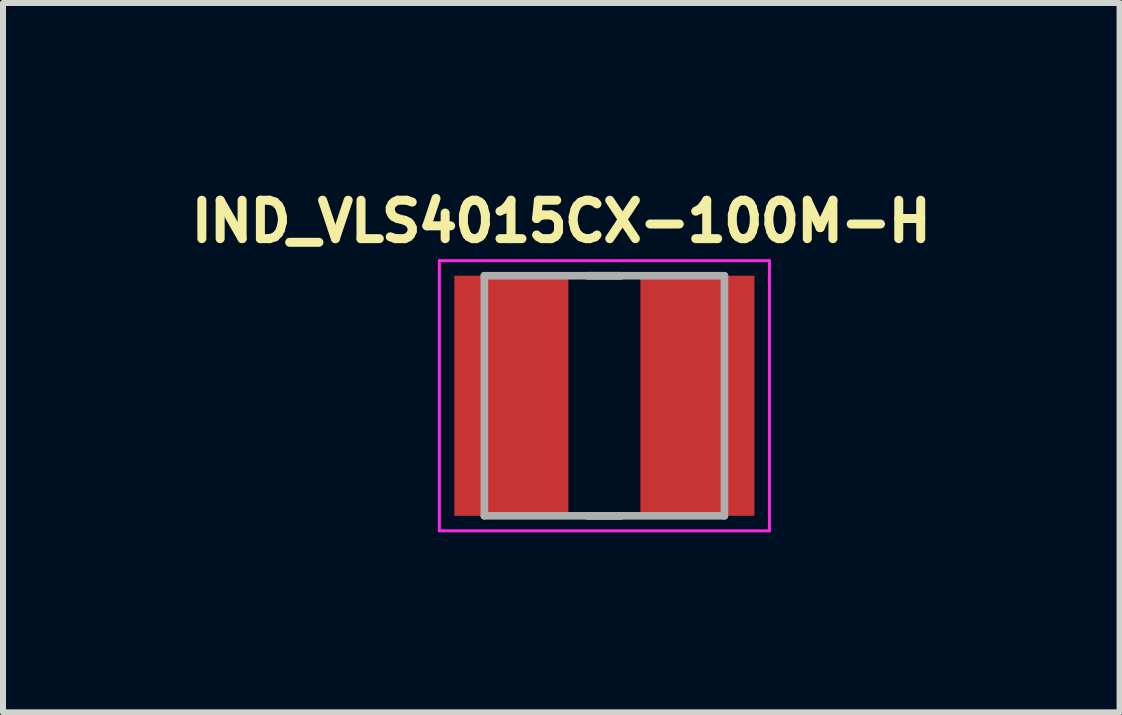
<source format=kicad_pcb>
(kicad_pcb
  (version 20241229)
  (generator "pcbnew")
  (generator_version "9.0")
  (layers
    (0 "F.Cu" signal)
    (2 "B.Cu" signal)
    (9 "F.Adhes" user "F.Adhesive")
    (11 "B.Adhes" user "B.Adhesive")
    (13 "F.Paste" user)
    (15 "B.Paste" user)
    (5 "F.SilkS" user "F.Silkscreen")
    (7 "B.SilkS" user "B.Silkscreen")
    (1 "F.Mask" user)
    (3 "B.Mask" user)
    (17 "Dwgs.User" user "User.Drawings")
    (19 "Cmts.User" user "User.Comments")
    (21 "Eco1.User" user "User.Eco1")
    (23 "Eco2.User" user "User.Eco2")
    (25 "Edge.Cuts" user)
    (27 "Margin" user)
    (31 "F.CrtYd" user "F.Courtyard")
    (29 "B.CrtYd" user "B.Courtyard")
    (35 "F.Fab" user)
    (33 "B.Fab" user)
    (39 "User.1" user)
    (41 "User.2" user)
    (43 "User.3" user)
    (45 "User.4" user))
  (footprint "IND_VLS4015CX-100M-H"
    (layer "F.Cu")
    (at 7.02 3.544)
    (property "Reference" "IND_VLS4015CX-100M-H" (at -0.718 -2.906 0) (layer "F.SilkS") (effects (font (size 0.64 0.64) (thickness 0.15))))
    (attr smd)
    (fp_line (start -0.28 -2) (end 0.28 -2) (stroke (width 0.127) (type solid)) (layer "F.SilkS"))
    (fp_line (start -0.28 2) (end 0.28 2) (stroke (width 0.127) (type solid)) (layer "F.SilkS"))
    (fp_line (start -2.75 -2.25) (end -2.75 2.25) (stroke (width 0.05) (type solid)) (layer "F.CrtYd"))
    (fp_line (start -2.75 2.25) (end 2.75 2.25) (stroke (width 0.05) (type solid)) (layer "F.CrtYd"))
    (fp_line (start 2.75 -2.25) (end -2.75 -2.25) (stroke (width 0.05) (type solid)) (layer "F.CrtYd"))
    (fp_line (start 2.75 2.25) (end 2.75 -2.25) (stroke (width 0.05) (type solid)) (layer "F.CrtYd"))
    (fp_line (start -2 -2) (end -2 2) (stroke (width 0.127) (type solid)) (layer "F.Fab"))
    (fp_line (start -2 -2) (end 2 -2) (stroke (width 0.127) (type solid)) (layer "F.Fab"))
    (fp_line (start -2 2) (end 2 2) (stroke (width 0.127) (type solid)) (layer "F.Fab"))
    (fp_line (start 2 -2) (end 2 2) (stroke (width 0.127) (type solid)) (layer "F.Fab"))
    (pad "1" smd rect (at -1.55 0) (size 1.9 4) (layers "F.Cu" "F.Mask" "F.Paste"))
    (pad "2" smd rect (at 1.55 0) (size 1.9 4) (layers "F.Cu" "F.Mask" "F.Paste")))
  (gr_rect
    (start -3 -3)
    (end 15.604 8.819)
    (stroke (width 0.1) (type default))
    (fill no)
    (layer "Edge.Cuts")))
</source>
